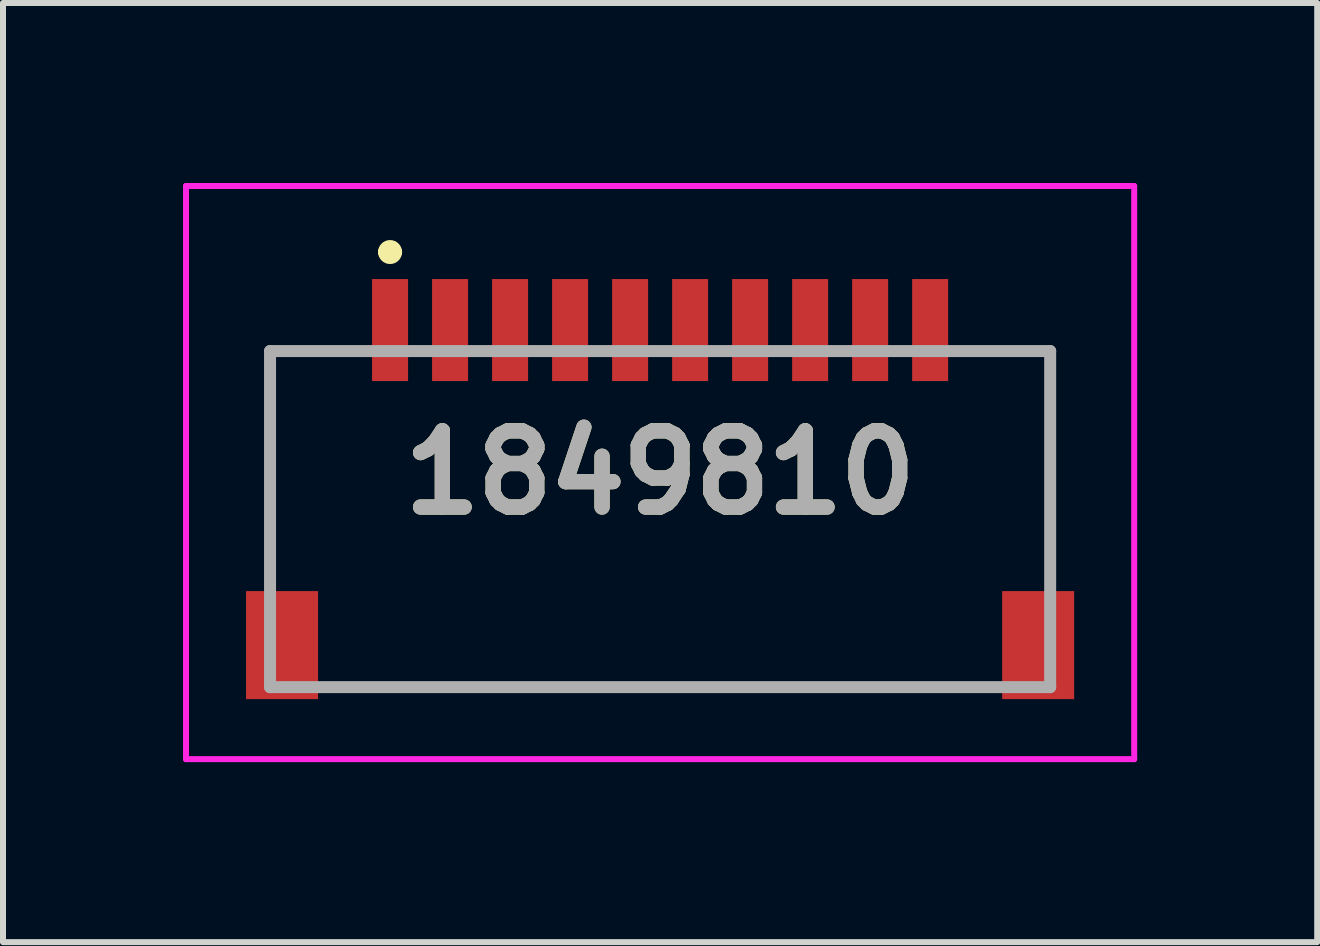
<source format=kicad_pcb>
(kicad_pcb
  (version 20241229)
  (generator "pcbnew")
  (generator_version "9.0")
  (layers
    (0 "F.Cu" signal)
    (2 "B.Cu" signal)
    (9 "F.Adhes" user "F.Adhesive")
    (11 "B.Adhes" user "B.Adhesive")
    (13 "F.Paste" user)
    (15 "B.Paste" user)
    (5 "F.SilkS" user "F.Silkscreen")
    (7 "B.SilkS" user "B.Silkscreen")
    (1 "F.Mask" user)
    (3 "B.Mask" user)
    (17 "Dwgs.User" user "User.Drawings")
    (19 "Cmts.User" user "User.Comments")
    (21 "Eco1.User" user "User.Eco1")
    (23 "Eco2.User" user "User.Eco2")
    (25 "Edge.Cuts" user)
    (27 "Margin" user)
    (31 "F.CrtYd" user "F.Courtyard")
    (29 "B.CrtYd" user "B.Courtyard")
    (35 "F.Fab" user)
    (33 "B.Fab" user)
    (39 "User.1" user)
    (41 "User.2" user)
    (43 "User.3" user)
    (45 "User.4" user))
  (footprint "1849810"
    (layer "F.Cu")
    (at 7.95 4.825)
    (property "Reference" "1849810" (at 0 0 0) (layer "F.SilkS") (effects (font (size 1.27 1.27) (thickness 0.254))))
    (attr smd)
    (fp_line (start -6.5 -2.025) (end -5.5 -2.025) (stroke (width 0.1) (type solid)) (layer "F.SilkS"))
    (fp_line (start -6.5 1.625) (end -6.5 -2.025) (stroke (width 0.1) (type solid)) (layer "F.SilkS"))
    (fp_line (start -5 3.575) (end 5 3.575) (stroke (width 0.1) (type solid)) (layer "F.SilkS"))
    (fp_line (start -4.6 -3.675) (end -4.6 -3.675) (stroke (width 0.2) (type solid)) (layer "F.SilkS"))
    (fp_line (start -4.4 -3.675) (end -4.4 -3.675) (stroke (width 0.2) (type solid)) (layer "F.SilkS"))
    (fp_line (start 5.5 -2.025) (end 6.5 -2.025) (stroke (width 0.1) (type solid)) (layer "F.SilkS"))
    (fp_line (start 6.5 -2.025) (end 6.5 1.625) (stroke (width 0.1) (type solid)) (layer "F.SilkS"))
    (fp_arc (start -4.6 -3.675) (mid -4.5 -3.775) (end -4.4 -3.675) (stroke (width 0.2) (type solid)) (layer "F.SilkS"))
    (fp_arc (start -4.4 -3.675) (mid -4.5 -3.575) (end -4.6 -3.675) (stroke (width 0.2) (type solid)) (layer "F.SilkS"))
    (fp_line (start -7.9 -4.775) (end 7.9 -4.775) (stroke (width 0.1) (type solid)) (layer "F.CrtYd"))
    (fp_line (start -7.9 4.775) (end -7.9 -4.775) (stroke (width 0.1) (type solid)) (layer "F.CrtYd"))
    (fp_line (start 7.9 -4.775) (end 7.9 4.775) (stroke (width 0.1) (type solid)) (layer "F.CrtYd"))
    (fp_line (start 7.9 4.775) (end -7.9 4.775) (stroke (width 0.1) (type solid)) (layer "F.CrtYd"))
    (fp_line (start -6.5 -2.025) (end 6.5 -2.025) (stroke (width 0.2) (type solid)) (layer "F.Fab"))
    (fp_line (start -6.5 3.575) (end -6.5 -2.025) (stroke (width 0.2) (type solid)) (layer "F.Fab"))
    (fp_line (start 6.5 -2.025) (end 6.5 3.575) (stroke (width 0.2) (type solid)) (layer "F.Fab"))
    (fp_line (start 6.5 3.575) (end -6.5 3.575) (stroke (width 0.2) (type solid)) (layer "F.Fab"))
    (fp_text user "${REFERENCE}" (at 0 0 0) (layer "F.Fab") (effects (font (size 1.27 1.27) (thickness 0.254))))
    (pad "1" smd rect (at -4.5 -2.375) (size 0.6 1.7) (layers "F.Cu" "F.Mask" "F.Paste"))
    (pad "2" smd rect (at -3.5 -2.375) (size 0.6 1.7) (layers "F.Cu" "F.Mask" "F.Paste"))
    (pad "3" smd rect (at -2.5 -2.375) (size 0.6 1.7) (layers "F.Cu" "F.Mask" "F.Paste"))
    (pad "4" smd rect (at -1.5 -2.375) (size 0.6 1.7) (layers "F.Cu" "F.Mask" "F.Paste"))
    (pad "5" smd rect (at -0.5 -2.375) (size 0.6 1.7) (layers "F.Cu" "F.Mask" "F.Paste"))
    (pad "6" smd rect (at 0.5 -2.375) (size 0.6 1.7) (layers "F.Cu" "F.Mask" "F.Paste"))
    (pad "7" smd rect (at 1.5 -2.375) (size 0.6 1.7) (layers "F.Cu" "F.Mask" "F.Paste"))
    (pad "8" smd rect (at 2.5 -2.375) (size 0.6 1.7) (layers "F.Cu" "F.Mask" "F.Paste"))
    (pad "9" smd rect (at 3.5 -2.375) (size 0.6 1.7) (layers "F.Cu" "F.Mask" "F.Paste"))
    (pad "10" smd rect (at 4.5 -2.375) (size 0.6 1.7) (layers "F.Cu" "F.Mask" "F.Paste"))
    (pad "11" smd rect (at -6.3 2.875) (size 1.2 1.8) (layers "F.Cu" "F.Mask" "F.Paste"))
    (pad "12" smd rect (at 6.3 2.875) (size 1.2 1.8) (layers "F.Cu" "F.Mask" "F.Paste")))
  (gr_rect
    (start -3 -3)
    (end 18.9 12.65)
    (stroke (width 0.1) (type default))
    (fill no)
    (layer "Edge.Cuts")))
</source>
